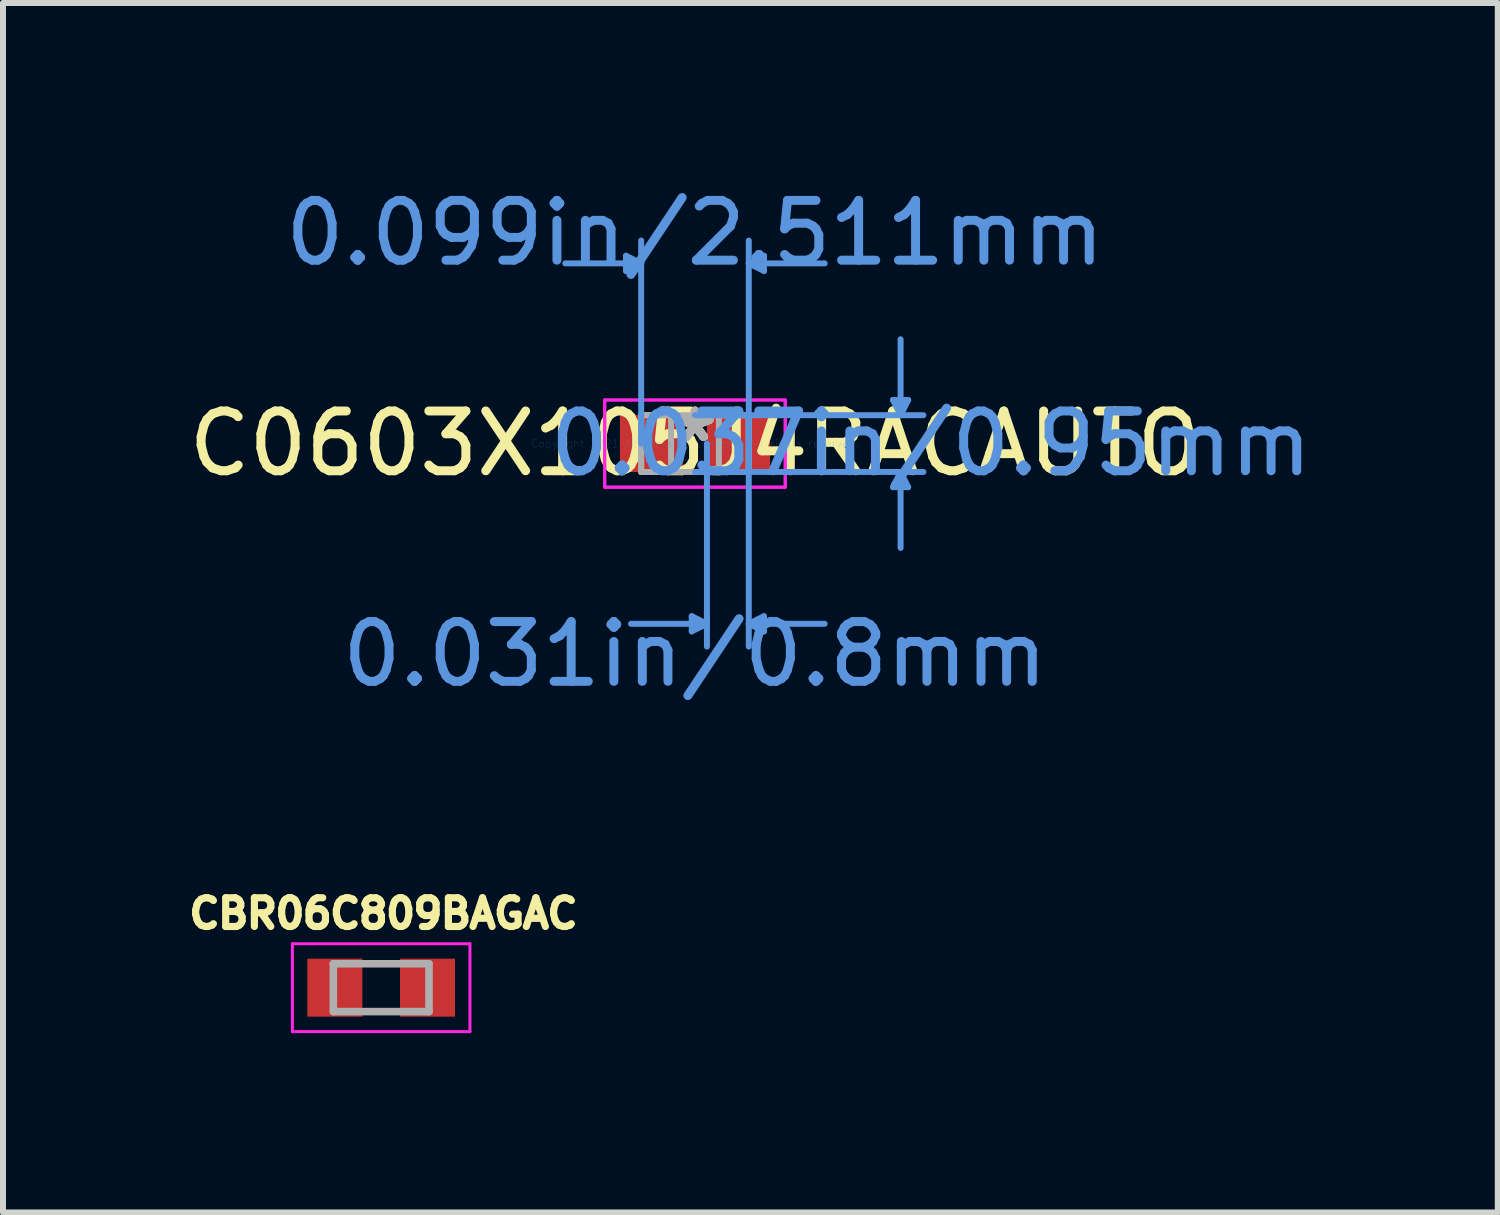
<source format=kicad_pcb>
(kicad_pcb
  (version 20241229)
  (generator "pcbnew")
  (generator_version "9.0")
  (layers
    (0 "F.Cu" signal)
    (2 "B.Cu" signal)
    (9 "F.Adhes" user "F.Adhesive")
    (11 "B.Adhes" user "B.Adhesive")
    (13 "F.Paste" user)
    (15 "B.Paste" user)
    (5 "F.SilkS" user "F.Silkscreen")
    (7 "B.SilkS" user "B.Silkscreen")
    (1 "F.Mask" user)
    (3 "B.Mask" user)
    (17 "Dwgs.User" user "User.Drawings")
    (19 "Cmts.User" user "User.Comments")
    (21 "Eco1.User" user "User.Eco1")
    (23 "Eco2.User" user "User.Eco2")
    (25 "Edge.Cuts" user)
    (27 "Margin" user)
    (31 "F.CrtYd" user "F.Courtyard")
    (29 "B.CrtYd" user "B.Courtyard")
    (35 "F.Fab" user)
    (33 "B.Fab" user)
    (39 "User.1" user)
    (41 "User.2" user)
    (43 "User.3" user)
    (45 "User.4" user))
  (footprint "CBR06C809BAGAC"
    (layer "F.Cu")
    (at 3.327 13.474)
    (property "Reference" "CBR06C809BAGAC" (at 0.039 -1.24 0) (layer "F.SilkS") (effects (font (size 0.48 0.48) (thickness 0.15))))
    (attr smd)
    (fp_line (start -1.485 -0.735) (end -1.485 0.735) (stroke (width 0.05) (type solid)) (layer "F.CrtYd"))
    (fp_line (start -1.485 0.735) (end 1.485 0.735) (stroke (width 0.05) (type solid)) (layer "F.CrtYd"))
    (fp_line (start 1.485 -0.735) (end -1.485 -0.735) (stroke (width 0.05) (type solid)) (layer "F.CrtYd"))
    (fp_line (start 1.485 0.735) (end 1.485 -0.735) (stroke (width 0.05) (type solid)) (layer "F.CrtYd"))
    (fp_line (start -0.8 0.4) (end -0.8 -0.4) (stroke (width 0.127) (type solid)) (layer "F.Fab"))
    (fp_line (start 0.8 -0.4) (end -0.8 -0.4) (stroke (width 0.127) (type solid)) (layer "F.Fab"))
    (fp_line (start 0.8 0.4) (end -0.8 0.4) (stroke (width 0.127) (type solid)) (layer "F.Fab"))
    (fp_line (start 0.8 0.4) (end 0.8 -0.4) (stroke (width 0.127) (type solid)) (layer "F.Fab"))
    (pad "1" smd rect (at -0.775 0) (size 0.92 0.97) (layers "F.Cu" "F.Mask" "F.Paste"))
    (pad "2" smd rect (at 0.775 0) (size 0.92 0.97) (layers "F.Cu" "F.Mask" "F.Paste")))
  (footprint "C0603X105J4RACAUTO"
    (layer "F.Cu")
    (at 8.577 4.371)
    (property "Reference" "C0603X105J4RACAUTO" (at 0 0 0) (layer "F.SilkS") (effects (font (size 1 1) (thickness 0.15))))
    (attr through_hole)
    (fp_line (start -1.154 -3.142) (end -1.154 -2.888) (stroke (width 0.1) (type solid)) (layer "Cmts.User"))
    (fp_line (start -0.9 -3.015) (end -2.17 -3.015) (stroke (width 0.1) (type solid)) (layer "Cmts.User"))
    (fp_line (start -0.9 -3.015) (end -1.154 -3.142) (stroke (width 0.1) (type solid)) (layer "Cmts.User"))
    (fp_line (start -0.9 -3.015) (end -1.154 -2.888) (stroke (width 0.1) (type solid)) (layer "Cmts.User"))
    (fp_line (start -0.9 0) (end -0.9 -3.396) (stroke (width 0.1) (type solid)) (layer "Cmts.User"))
    (fp_line (start -0.054 2.888) (end -0.054 3.142) (stroke (width 0.1) (type solid)) (layer "Cmts.User"))
    (fp_line (start 0 -0.475) (end 3.821 -0.475) (stroke (width 0.1) (type solid)) (layer "Cmts.User"))
    (fp_line (start 0 0.475) (end 3.821 0.475) (stroke (width 0.1) (type solid)) (layer "Cmts.User"))
    (fp_line (start 0.2 0) (end 0.2 3.396) (stroke (width 0.1) (type solid)) (layer "Cmts.User"))
    (fp_line (start 0.2 3.015) (end -1.07 3.015) (stroke (width 0.1) (type solid)) (layer "Cmts.User"))
    (fp_line (start 0.2 3.015) (end -0.054 2.888) (stroke (width 0.1) (type solid)) (layer "Cmts.User"))
    (fp_line (start 0.2 3.015) (end -0.054 3.142) (stroke (width 0.1) (type solid)) (layer "Cmts.User"))
    (fp_line (start 0.9 -3.015) (end 1.154 -3.142) (stroke (width 0.1) (type solid)) (layer "Cmts.User"))
    (fp_line (start 0.9 -3.015) (end 1.154 -2.888) (stroke (width 0.1) (type solid)) (layer "Cmts.User"))
    (fp_line (start 0.9 -3.015) (end 2.17 -3.015) (stroke (width 0.1) (type solid)) (layer "Cmts.User"))
    (fp_line (start 0.9 0) (end 0.9 -3.396) (stroke (width 0.1) (type solid)) (layer "Cmts.User"))
    (fp_line (start 0.9 0) (end 0.9 3.396) (stroke (width 0.1) (type solid)) (layer "Cmts.User"))
    (fp_line (start 0.9 3.015) (end 1.154 2.888) (stroke (width 0.1) (type solid)) (layer "Cmts.User"))
    (fp_line (start 0.9 3.015) (end 1.154 3.142) (stroke (width 0.1) (type solid)) (layer "Cmts.User"))
    (fp_line (start 0.9 3.015) (end 2.17 3.015) (stroke (width 0.1) (type solid)) (layer "Cmts.User"))
    (fp_line (start 1.154 -3.142) (end 1.154 -2.888) (stroke (width 0.1) (type solid)) (layer "Cmts.User"))
    (fp_line (start 1.154 2.888) (end 1.154 3.142) (stroke (width 0.1) (type solid)) (layer "Cmts.User"))
    (fp_line (start 3.313 -0.729) (end 3.567 -0.729) (stroke (width 0.1) (type solid)) (layer "Cmts.User"))
    (fp_line (start 3.313 0.729) (end 3.567 0.729) (stroke (width 0.1) (type solid)) (layer "Cmts.User"))
    (fp_line (start 3.44 -0.475) (end 3.313 -0.729) (stroke (width 0.1) (type solid)) (layer "Cmts.User"))
    (fp_line (start 3.44 -0.475) (end 3.44 -1.745) (stroke (width 0.1) (type solid)) (layer "Cmts.User"))
    (fp_line (start 3.44 -0.475) (end 3.567 -0.729) (stroke (width 0.1) (type solid)) (layer "Cmts.User"))
    (fp_line (start 3.44 0.475) (end 3.313 0.729) (stroke (width 0.1) (type solid)) (layer "Cmts.User"))
    (fp_line (start 3.44 0.475) (end 3.44 1.745) (stroke (width 0.1) (type solid)) (layer "Cmts.User"))
    (fp_line (start 3.44 0.475) (end 3.567 0.729) (stroke (width 0.1) (type solid)) (layer "Cmts.User"))
    (fp_line (start -1.51 -0.729) (end 1.51 -0.729) (stroke (width 0.05) (type solid)) (layer "F.CrtYd"))
    (fp_line (start -1.51 -0.729) (end 1.51 -0.729) (stroke (width 0.05) (type solid)) (layer "F.CrtYd"))
    (fp_line (start -1.51 0.729) (end -1.51 -0.729) (stroke (width 0.05) (type solid)) (layer "F.CrtYd"))
    (fp_line (start -1.51 0.729) (end -1.51 -0.729) (stroke (width 0.05) (type solid)) (layer "F.CrtYd"))
    (fp_line (start 1.51 -0.729) (end 1.51 0.729) (stroke (width 0.05) (type solid)) (layer "F.CrtYd"))
    (fp_line (start 1.51 -0.729) (end 1.51 0.729) (stroke (width 0.05) (type solid)) (layer "F.CrtYd"))
    (fp_line (start 1.51 0.729) (end -1.51 0.729) (stroke (width 0.05) (type solid)) (layer "F.CrtYd"))
    (fp_line (start 1.51 0.729) (end -1.51 0.729) (stroke (width 0.05) (type solid)) (layer "F.CrtYd"))
    (fp_line (start -0.9 -0.475) (end -0.9 0.475) (stroke (width 0.1) (type solid)) (layer "F.Fab"))
    (fp_line (start -0.9 -0.475) (end -0.9 0.475) (stroke (width 0.1) (type solid)) (layer "F.Fab"))
    (fp_line (start -0.9 0.475) (end -0.4 0.475) (stroke (width 0.1) (type solid)) (layer "F.Fab"))
    (fp_line (start -0.9 0.475) (end 0.9 0.475) (stroke (width 0.1) (type solid)) (layer "F.Fab"))
    (fp_line (start -0.4 -0.475) (end -0.9 -0.475) (stroke (width 0.1) (type solid)) (layer "F.Fab"))
    (fp_line (start -0.4 0.475) (end -0.4 -0.475) (stroke (width 0.1) (type solid)) (layer "F.Fab"))
    (fp_line (start 0.4 -0.475) (end 0.4 0.475) (stroke (width 0.1) (type solid)) (layer "F.Fab"))
    (fp_line (start 0.4 0.475) (end 0.9 0.475) (stroke (width 0.1) (type solid)) (layer "F.Fab"))
    (fp_line (start 0.9 -0.475) (end -0.9 -0.475) (stroke (width 0.1) (type solid)) (layer "F.Fab"))
    (fp_line (start 0.9 -0.475) (end 0.4 -0.475) (stroke (width 0.1) (type solid)) (layer "F.Fab"))
    (fp_line (start 0.9 0.475) (end 0.9 -0.475) (stroke (width 0.1) (type solid)) (layer "F.Fab"))
    (fp_line (start 0.9 0.475) (end 0.9 -0.475) (stroke (width 0.1) (type solid)) (layer "F.Fab"))
    (fp_text user "*" (at 0 0 0) (layer "F.SilkS") (effects (font (size 1 1) (thickness 0.15))))
    (fp_text user "0.099in/2.511mm" (at 0 -3.523 0) (layer "Cmts.User") (effects (font (size 1 1) (thickness 0.15))))
    (fp_text user "0.037in/0.95mm" (at 3.948 0 0) (layer "Cmts.User") (effects (font (size 1 1) (thickness 0.15))))
    (fp_text user "0.031in/0.8mm" (at 0 3.523 0) (layer "Cmts.User") (effects (font (size 1 1) (thickness 0.15))))
    (fp_text user "Copyright 2021 Accelerated Designs. All rights reserved." (at 0 0 0) (layer "Cmts.User") (effects (font (size 0.127 0.127) (thickness 0.002))))
    (fp_text user "*" (at 0 0 0) (layer "F.Fab") (effects (font (size 1 1) (thickness 0.15))))
    (pad "1" smd rect (at -0.728 0) (size 1.056 0.95) (layers "F.Cu" "F.Mask" "F.Paste"))
    (pad "2" smd rect (at 0.728 0) (size 1.056 0.95) (layers "F.Cu" "F.Mask" "F.Paste")))
  (gr_rect
    (start -3 -3)
    (end 22.008 17.234)
    (stroke (width 0.1) (type default))
    (fill no)
    (layer "Edge.Cuts")))
</source>
